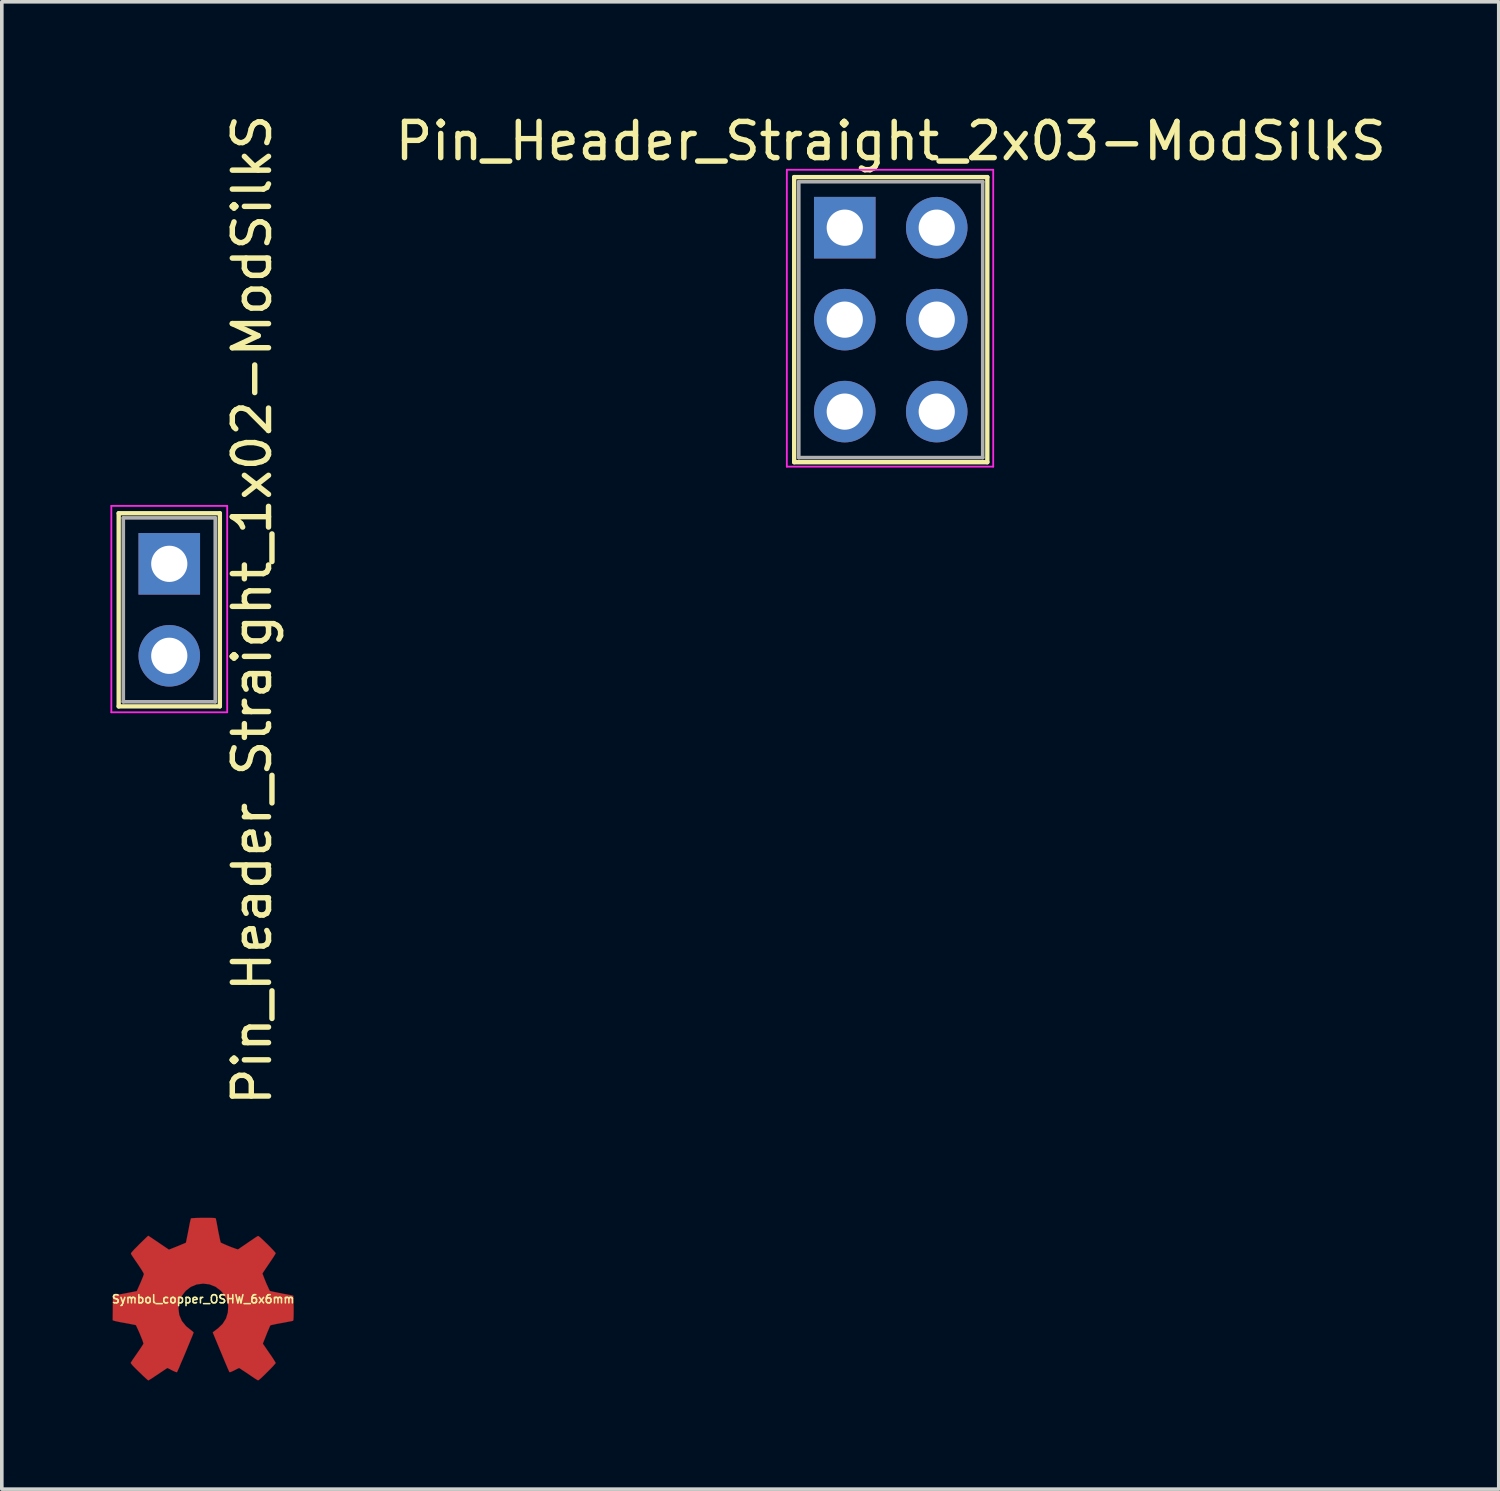
<source format=kicad_pcb>
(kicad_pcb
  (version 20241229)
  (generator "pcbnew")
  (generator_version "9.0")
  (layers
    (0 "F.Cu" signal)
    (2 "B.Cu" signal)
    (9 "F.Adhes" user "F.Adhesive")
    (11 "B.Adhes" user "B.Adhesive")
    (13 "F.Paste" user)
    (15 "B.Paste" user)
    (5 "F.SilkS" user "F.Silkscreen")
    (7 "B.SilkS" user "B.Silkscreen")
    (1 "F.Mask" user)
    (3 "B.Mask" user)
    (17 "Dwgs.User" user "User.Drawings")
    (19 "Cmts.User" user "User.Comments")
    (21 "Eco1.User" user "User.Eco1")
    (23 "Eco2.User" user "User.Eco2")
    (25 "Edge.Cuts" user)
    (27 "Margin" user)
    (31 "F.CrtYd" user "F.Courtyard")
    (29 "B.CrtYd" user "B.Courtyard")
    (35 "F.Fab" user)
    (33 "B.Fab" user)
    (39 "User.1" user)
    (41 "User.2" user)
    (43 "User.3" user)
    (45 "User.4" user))
  (footprint "Pin_Header_Straight_2x03-ModSilkS"
    (layer "F.Cu")
    (at 20.281 3.238)
    (property "Reference" "Pin_Header_Straight_2x03-ModSilkS" (at 1.27 -2.39 0) (layer "F.SilkS") (effects (font (size 1 1) (thickness 0.15))))
    (attr through_hole)
    (fp_line (start -1.397 -1.397) (end -1.397 6.477) (stroke (width 0.12) (type solid)) (layer "F.SilkS"))
    (fp_line (start -1.397 6.477) (end 3.937 6.477) (stroke (width 0.12) (type solid)) (layer "F.SilkS"))
    (fp_line (start 3.937 -1.397) (end -1.397 -1.397) (stroke (width 0.12) (type solid)) (layer "F.SilkS"))
    (fp_line (start 3.937 6.477) (end 3.937 -1.397) (stroke (width 0.12) (type solid)) (layer "F.SilkS"))
    (fp_line (start -1.6 -1.6) (end -1.6 6.6) (stroke (width 0.05) (type solid)) (layer "F.CrtYd"))
    (fp_line (start -1.6 6.6) (end 4.1 6.6) (stroke (width 0.05) (type solid)) (layer "F.CrtYd"))
    (fp_line (start 4.1 -1.6) (end -1.6 -1.6) (stroke (width 0.05) (type solid)) (layer "F.CrtYd"))
    (fp_line (start 4.1 6.6) (end 4.1 -1.6) (stroke (width 0.05) (type solid)) (layer "F.CrtYd"))
    (fp_line (start -1.27 -1.27) (end -1.27 6.35) (stroke (width 0.1) (type solid)) (layer "F.Fab"))
    (fp_line (start -1.27 6.35) (end 3.81 6.35) (stroke (width 0.1) (type solid)) (layer "F.Fab"))
    (fp_line (start 3.81 -1.27) (end -1.27 -1.27) (stroke (width 0.1) (type solid)) (layer "F.Fab"))
    (fp_line (start 3.81 6.35) (end 3.81 -1.27) (stroke (width 0.1) (type solid)) (layer "F.Fab"))
    (pad "1" thru_hole rect (at 0 0) (size 1.7 1.7) (drill 1) (layers "*.Cu" "*.Mask"))
    (pad "2" thru_hole oval (at 2.54 0) (size 1.7 1.7) (drill 1) (layers "*.Cu" "*.Mask"))
    (pad "3" thru_hole oval (at 0 2.54) (size 1.7 1.7) (drill 1) (layers "*.Cu" "*.Mask"))
    (pad "4" thru_hole oval (at 2.54 2.54) (size 1.7 1.7) (drill 1) (layers "*.Cu" "*.Mask"))
    (pad "5" thru_hole oval (at 0 5.08) (size 1.7 1.7) (drill 1) (layers "*.Cu" "*.Mask"))
    (pad "6" thru_hole oval (at 2.54 5.08) (size 1.7 1.7) (drill 1) (layers "*.Cu" "*.Mask")))
  (footprint "Symbol_copper_OSHW_6x6mm"
    (layer "F.Cu")
    (at 2.561 32.83)
    (property "Reference" "Symbol_copper_OSHW_6x6mm" (at 0 0 0) (layer "F.SilkS") (effects (font (size 0.226 0.226) (thickness 0.043))))
    (attr through_hole)
    (fp_poly (pts (xy -1.514 2.245) (xy -1.488 2.23) (xy -1.43 2.195) (xy -1.346 2.139) (xy -1.247 2.073) (xy -1.148 2.007) (xy -1.067 1.953) (xy -1.011 1.915) (xy -0.986 1.902) (xy -0.973 1.908) (xy -0.927 1.93) (xy -0.859 1.966) (xy -0.818 1.986) (xy -0.757 2.012) (xy -0.724 2.019) (xy -0.719 2.009) (xy -0.696 1.961) (xy -0.66 1.88) (xy -0.615 1.77) (xy -0.559 1.643) (xy -0.503 1.509) (xy -0.445 1.369) (xy -0.389 1.234) (xy -0.34 1.115) (xy -0.3 1.019) (xy -0.274 0.95) (xy -0.264 0.922) (xy -0.267 0.914) (xy -0.3 0.884) (xy -0.353 0.843) (xy -0.472 0.747) (xy -0.589 0.602) (xy -0.66 0.437) (xy -0.683 0.251) (xy -0.663 0.081) (xy -0.597 -0.081) (xy -0.483 -0.229) (xy -0.343 -0.338) (xy -0.18 -0.406) (xy 0 -0.429) (xy 0.173 -0.409) (xy 0.34 -0.343) (xy 0.488 -0.231) (xy 0.551 -0.16) (xy 0.638 -0.01) (xy 0.686 0.147) (xy 0.691 0.188) (xy 0.683 0.363) (xy 0.632 0.533) (xy 0.538 0.683) (xy 0.409 0.808) (xy 0.394 0.818) (xy 0.335 0.864) (xy 0.295 0.894) (xy 0.264 0.919) (xy 0.488 1.458) (xy 0.523 1.542) (xy 0.584 1.689) (xy 0.638 1.816) (xy 0.681 1.918) (xy 0.711 1.984) (xy 0.724 2.012) (xy 0.724 2.014) (xy 0.744 2.017) (xy 0.785 2.002) (xy 0.861 1.966) (xy 0.909 1.941) (xy 0.968 1.913) (xy 0.993 1.902) (xy 1.016 1.915) (xy 1.069 1.951) (xy 1.151 2.004) (xy 1.247 2.068) (xy 1.339 2.131) (xy 1.422 2.187) (xy 1.483 2.225) (xy 1.514 2.243) (xy 1.519 2.243) (xy 1.544 2.228) (xy 1.593 2.187) (xy 1.666 2.118) (xy 1.77 2.014) (xy 1.786 1.999) (xy 1.872 1.913) (xy 1.941 1.839) (xy 1.986 1.788) (xy 2.004 1.765) (xy 1.989 1.735) (xy 1.951 1.674) (xy 1.895 1.587) (xy 1.826 1.488) (xy 1.648 1.229) (xy 1.745 0.986) (xy 1.775 0.909) (xy 1.814 0.82) (xy 1.841 0.754) (xy 1.857 0.726) (xy 1.882 0.716) (xy 1.951 0.701) (xy 2.047 0.681) (xy 2.162 0.66) (xy 2.273 0.64) (xy 2.372 0.62) (xy 2.443 0.607) (xy 2.477 0.599) (xy 2.484 0.594) (xy 2.492 0.579) (xy 2.494 0.546) (xy 2.497 0.485) (xy 2.499 0.391) (xy 2.499 0.251) (xy 2.499 0.236) (xy 2.497 0.107) (xy 2.494 0) (xy 2.492 -0.066) (xy 2.487 -0.094) (xy 2.456 -0.102) (xy 2.385 -0.117) (xy 2.286 -0.135) (xy 2.167 -0.157) (xy 2.159 -0.16) (xy 2.042 -0.183) (xy 1.943 -0.203) (xy 1.872 -0.218) (xy 1.844 -0.229) (xy 1.836 -0.236) (xy 1.814 -0.282) (xy 1.781 -0.356) (xy 1.74 -0.445) (xy 1.702 -0.538) (xy 1.669 -0.622) (xy 1.646 -0.683) (xy 1.638 -0.711) (xy 1.641 -0.714) (xy 1.659 -0.742) (xy 1.699 -0.803) (xy 1.755 -0.886) (xy 1.824 -0.988) (xy 1.829 -0.996) (xy 1.897 -1.095) (xy 1.953 -1.181) (xy 1.989 -1.24) (xy 2.004 -1.267) (xy 2.004 -1.27) (xy 1.981 -1.3) (xy 1.93 -1.356) (xy 1.857 -1.433) (xy 1.77 -1.521) (xy 1.742 -1.547) (xy 1.643 -1.643) (xy 1.577 -1.704) (xy 1.534 -1.737) (xy 1.514 -1.745) (xy 1.483 -1.727) (xy 1.42 -1.687) (xy 1.336 -1.628) (xy 1.234 -1.56) (xy 1.227 -1.554) (xy 1.128 -1.486) (xy 1.044 -1.43) (xy 0.986 -1.389) (xy 0.958 -1.374) (xy 0.955 -1.374) (xy 0.914 -1.387) (xy 0.843 -1.412) (xy 0.754 -1.445) (xy 0.663 -1.483) (xy 0.579 -1.519) (xy 0.516 -1.547) (xy 0.485 -1.565) (xy 0.475 -1.6) (xy 0.457 -1.676) (xy 0.437 -1.778) (xy 0.411 -1.9) (xy 0.409 -1.92) (xy 0.386 -2.04) (xy 0.368 -2.139) (xy 0.353 -2.207) (xy 0.345 -2.235) (xy 0.33 -2.238) (xy 0.272 -2.243) (xy 0.183 -2.245) (xy 0.074 -2.245) (xy -0.038 -2.245) (xy -0.147 -2.243) (xy -0.241 -2.24) (xy -0.31 -2.235) (xy -0.338 -2.23) (xy -0.338 -2.228) (xy -0.348 -2.189) (xy -0.366 -2.116) (xy -0.386 -2.012) (xy -0.409 -1.89) (xy -0.414 -1.867) (xy -0.437 -1.75) (xy -0.457 -1.651) (xy -0.47 -1.585) (xy -0.478 -1.557) (xy -0.49 -1.552) (xy -0.538 -1.532) (xy -0.617 -1.499) (xy -0.716 -1.458) (xy -0.945 -1.367) (xy -1.227 -1.557) (xy -1.252 -1.575) (xy -1.354 -1.643) (xy -1.435 -1.699) (xy -1.494 -1.737) (xy -1.516 -1.75) (xy -1.519 -1.75) (xy -1.547 -1.725) (xy -1.603 -1.671) (xy -1.679 -1.598) (xy -1.768 -1.511) (xy -1.831 -1.445) (xy -1.91 -1.367) (xy -1.958 -1.313) (xy -1.986 -1.28) (xy -1.994 -1.26) (xy -1.991 -1.245) (xy -1.974 -1.217) (xy -1.933 -1.156) (xy -1.875 -1.069) (xy -1.806 -0.97) (xy -1.75 -0.886) (xy -1.689 -0.792) (xy -1.651 -0.726) (xy -1.636 -0.693) (xy -1.641 -0.681) (xy -1.659 -0.625) (xy -1.694 -0.541) (xy -1.735 -0.442) (xy -1.834 -0.221) (xy -1.979 -0.193) (xy -2.068 -0.175) (xy -2.189 -0.152) (xy -2.309 -0.13) (xy -2.492 -0.094) (xy -2.499 0.582) (xy -2.471 0.594) (xy -2.443 0.602) (xy -2.375 0.617) (xy -2.278 0.638) (xy -2.162 0.658) (xy -2.065 0.676) (xy -1.966 0.696) (xy -1.895 0.709) (xy -1.864 0.716) (xy -1.854 0.726) (xy -1.831 0.775) (xy -1.796 0.851) (xy -1.755 0.942) (xy -1.717 1.036) (xy -1.681 1.125) (xy -1.659 1.191) (xy -1.648 1.224) (xy -1.661 1.252) (xy -1.699 1.311) (xy -1.753 1.392) (xy -1.821 1.491) (xy -1.887 1.587) (xy -1.946 1.671) (xy -1.984 1.732) (xy -2.002 1.76) (xy -1.991 1.778) (xy -1.953 1.826) (xy -1.88 1.902) (xy -1.768 2.012) (xy -1.75 2.029) (xy -1.664 2.113) (xy -1.59 2.182) (xy -1.537 2.228) (xy -1.514 2.245)) (stroke (width 0.003) (type solid)) (fill yes) (layer "F.Cu")))
  (footprint "Pin_Header_Straight_1x02-ModSilkS"
    (layer "F.Cu")
    (at 1.625 12.522)
    (property "Reference" "Pin_Header_Straight_1x02-ModSilkS" (at 2.286 1.27 90) (layer "F.SilkS") (effects (font (size 1 1) (thickness 0.15))))
    (attr through_hole)
    (fp_line (start -1.397 -1.397) (end 1.397 -1.397) (stroke (width 0.12) (type solid)) (layer "F.SilkS"))
    (fp_line (start -1.397 3.937) (end -1.397 -1.397) (stroke (width 0.12) (type solid)) (layer "F.SilkS"))
    (fp_line (start -1.397 3.937) (end 1.397 3.937) (stroke (width 0.12) (type solid)) (layer "F.SilkS"))
    (fp_line (start 1.397 3.937) (end 1.397 -1.397) (stroke (width 0.12) (type solid)) (layer "F.SilkS"))
    (fp_line (start -1.6 -1.6) (end -1.6 4.1) (stroke (width 0.05) (type solid)) (layer "F.CrtYd"))
    (fp_line (start -1.6 4.1) (end 1.6 4.1) (stroke (width 0.05) (type solid)) (layer "F.CrtYd"))
    (fp_line (start 1.6 -1.6) (end -1.6 -1.6) (stroke (width 0.05) (type solid)) (layer "F.CrtYd"))
    (fp_line (start 1.6 4.1) (end 1.6 -1.6) (stroke (width 0.05) (type solid)) (layer "F.CrtYd"))
    (fp_line (start -1.27 -1.27) (end -1.27 3.81) (stroke (width 0.1) (type solid)) (layer "F.Fab"))
    (fp_line (start -1.27 3.81) (end 1.27 3.81) (stroke (width 0.1) (type solid)) (layer "F.Fab"))
    (fp_line (start 1.27 -1.27) (end -1.27 -1.27) (stroke (width 0.1) (type solid)) (layer "F.Fab"))
    (fp_line (start 1.27 3.81) (end 1.27 -1.27) (stroke (width 0.1) (type solid)) (layer "F.Fab"))
    (pad "1" thru_hole rect (at 0 0) (size 1.7 1.7) (drill 1) (layers "*.Cu" "*.Mask"))
    (pad "2" thru_hole oval (at 0 2.54) (size 1.7 1.7) (drill 1) (layers "*.Cu" "*.Mask")))
  (gr_rect
    (start -3 -3)
    (end 38.343 38.077)
    (stroke (width 0.1) (type default))
    (fill no)
    (layer "Edge.Cuts")))
</source>
